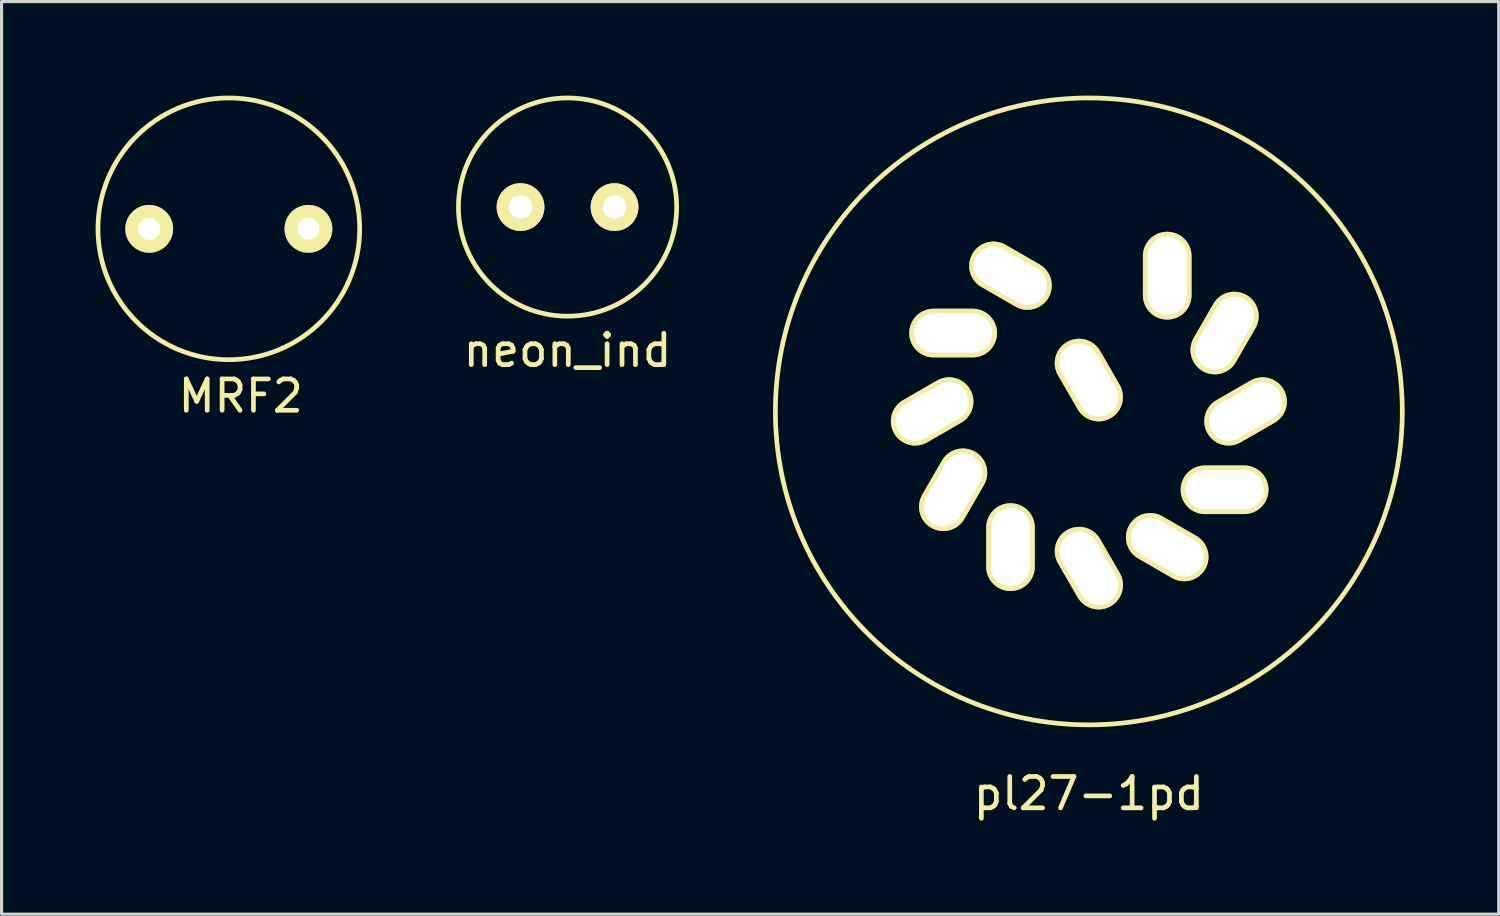
<source format=kicad_pcb>
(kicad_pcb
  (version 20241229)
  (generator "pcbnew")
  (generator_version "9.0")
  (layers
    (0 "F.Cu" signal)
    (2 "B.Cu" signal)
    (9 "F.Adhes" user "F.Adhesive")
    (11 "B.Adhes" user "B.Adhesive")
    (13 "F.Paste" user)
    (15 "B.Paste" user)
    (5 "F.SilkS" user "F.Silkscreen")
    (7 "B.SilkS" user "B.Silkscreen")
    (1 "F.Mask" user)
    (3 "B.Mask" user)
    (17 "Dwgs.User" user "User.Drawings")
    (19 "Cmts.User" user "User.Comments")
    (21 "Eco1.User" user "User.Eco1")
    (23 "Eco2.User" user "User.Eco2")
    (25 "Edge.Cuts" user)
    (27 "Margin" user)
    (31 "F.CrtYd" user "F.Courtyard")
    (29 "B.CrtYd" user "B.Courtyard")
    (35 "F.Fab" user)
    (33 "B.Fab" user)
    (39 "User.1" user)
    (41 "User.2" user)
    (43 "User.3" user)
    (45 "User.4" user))
  (footprint "pl27-1pd"
    (layer "F.Cu")
    (at 31.687 10.075)
    (property "Reference" "pl27-1pd" (at 0 12.192 0) (layer "F.SilkS") (effects (font (size 1 1) (thickness 0.15))))
    (attr through_hole)
    (fp_circle (center 0 0) (end 0 -10) (stroke (width 0.15) (type solid)) (fill no) (layer "F.SilkS"))
    (pad "1" thru_hole oval (at 2.5 -4.33 90) (size 2.8 1.55) (drill oval 2.5 1.25) (layers "*.Cu" "*.Mask" "F.SilkS"))
    (pad "2" thru_hole oval (at 4.33 -2.5 60) (size 2.8 1.55) (drill oval 2.5 1.25) (layers "*.Cu" "*.Mask" "F.SilkS"))
    (pad "3" thru_hole oval (at 5 0 30) (size 2.8 1.55) (drill oval 2.5 1.25) (layers "*.Cu" "*.Mask" "F.SilkS"))
    (pad "4" thru_hole oval (at 4.33 2.5) (size 2.8 1.55) (drill oval 2.5 1.25) (layers "*.Cu" "*.Mask" "F.SilkS"))
    (pad "5" thru_hole oval (at 2.5 4.33 330) (size 2.8 1.55) (drill oval 2.5 1.25) (layers "*.Cu" "*.Mask" "F.SilkS"))
    (pad "6" thru_hole oval (at 0 5 300) (size 2.8 1.55) (drill oval 2.5 1.25) (layers "*.Cu" "*.Mask" "F.SilkS"))
    (pad "7" thru_hole oval (at -2.5 4.33 270) (size 2.8 1.55) (drill oval 2.5 1.25) (layers "*.Cu" "*.Mask" "F.SilkS"))
    (pad "8" thru_hole oval (at -4.33 2.5 240) (size 2.8 1.55) (drill oval 2.5 1.25) (layers "*.Cu" "*.Mask" "F.SilkS"))
    (pad "9" thru_hole oval (at -5 0 210) (size 2.8 1.55) (drill oval 2.5 1.25) (layers "*.Cu" "*.Mask" "F.SilkS"))
    (pad "10" thru_hole oval (at -4.33 -2.5 180) (size 2.8 1.55) (drill oval 2.5 1.25) (layers "*.Cu" "*.Mask" "F.SilkS"))
    (pad "11" thru_hole oval (at -2.5 -4.33 150) (size 2.8 1.55) (drill oval 2.5 1.25) (layers "*.Cu" "*.Mask" "F.SilkS"))
    (pad "12" thru_hole oval (at 0 -1 300) (size 2.8 1.55) (drill oval 2.5 1.25) (layers "*.Cu" "*.Mask" "F.SilkS")))
  (footprint "MRF2"
    (layer "F.Cu")
    (at 1.71 4.25)
    (property "Reference" "MRF2" (at 2.921 5.334 0) (layer "F.SilkS") (effects (font (size 1 1) (thickness 0.15))))
    (attr through_hole)
    (fp_circle (center 2.54 0) (end 6.715 0) (stroke (width 0.15) (type solid)) (fill no) (layer "F.SilkS"))
    (pad "1" thru_hole circle (at 0 0) (size 1.524 1.524) (drill 0.7) (layers "*.Cu" "*.Mask" "F.SilkS"))
    (pad "2" thru_hole circle (at 5.08 0) (size 1.524 1.524) (drill 0.7) (layers "*.Cu" "*.Mask" "F.SilkS")))
  (footprint "neon_ind"
    (layer "F.Cu")
    (at 15.056 3.556)
    (property "Reference" "neon_ind" (at 0 4.572 0) (layer "F.SilkS") (effects (font (size 1 1) (thickness 0.15))))
    (attr through_hole)
    (fp_circle (center 0 0) (end 2.625 -2.286) (stroke (width 0.15) (type solid)) (fill no) (layer "F.SilkS"))
    (pad "1" thru_hole circle (at 1.5 0) (size 1.524 1.524) (drill 0.75) (layers "*.Cu" "*.Mask" "F.SilkS"))
    (pad "2" thru_hole circle (at -1.5 0) (size 1.524 1.524) (drill 0.75) (layers "*.Cu" "*.Mask" "F.SilkS")))
  (gr_rect
    (start -3 -3)
    (end 44.762 26.115)
    (stroke (width 0.1) (type default))
    (fill no)
    (layer "Edge.Cuts")))
</source>
